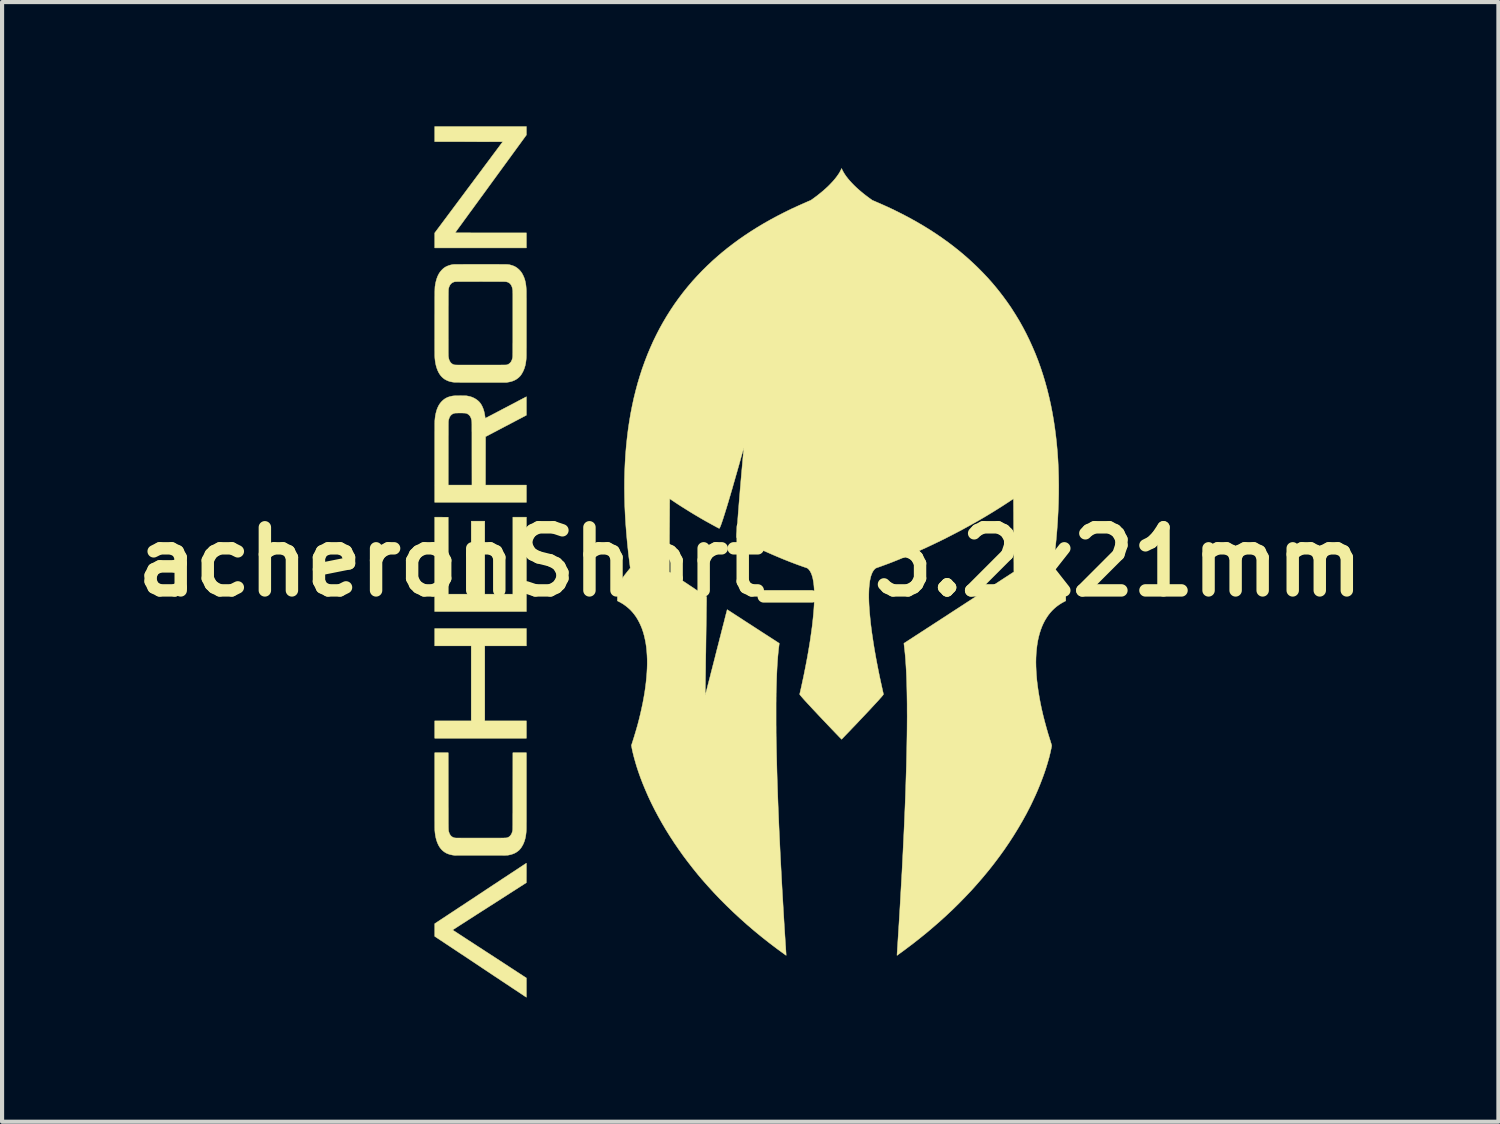
<source format=kicad_pcb>
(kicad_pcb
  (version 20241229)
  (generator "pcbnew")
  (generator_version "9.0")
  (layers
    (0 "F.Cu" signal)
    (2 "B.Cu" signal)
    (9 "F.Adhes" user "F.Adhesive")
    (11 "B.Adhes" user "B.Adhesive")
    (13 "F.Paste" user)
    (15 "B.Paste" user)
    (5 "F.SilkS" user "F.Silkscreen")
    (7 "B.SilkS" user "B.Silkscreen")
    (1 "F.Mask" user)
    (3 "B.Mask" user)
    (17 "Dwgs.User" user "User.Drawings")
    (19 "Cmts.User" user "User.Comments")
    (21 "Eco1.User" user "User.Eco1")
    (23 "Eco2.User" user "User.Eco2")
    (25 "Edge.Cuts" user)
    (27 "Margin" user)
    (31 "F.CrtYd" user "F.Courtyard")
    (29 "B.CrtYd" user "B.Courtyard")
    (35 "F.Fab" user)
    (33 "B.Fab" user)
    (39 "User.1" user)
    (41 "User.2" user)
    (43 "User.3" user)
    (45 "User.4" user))
  (footprint "acheronShort_15.2x21mm"
    (layer "F.Cu")
    (at 15.066 10.517)
    (property "Reference" "acheronShort_15.2x21mm" (at 0 0 0) (layer "F.SilkS") (effects (font (size 1.524 1.524) (thickness 0.3))))
    (attr through_hole)
    (fp_poly (pts (xy -5.405 2.029) (xy -6.41 2.029) (xy -6.41 3.84) (xy -5.405 3.84) (xy -5.405 4.259) (xy -7.619 4.259) (xy -7.619 3.84) (xy -6.738 3.84) (xy -6.738 2.029) (xy -7.619 2.029) (xy -7.619 1.61) (xy -5.405 1.61) (xy -5.405 2.029)) (stroke (width 0.01) (type solid)) (fill yes) (layer "F.SilkS"))
    (fp_poly (pts (xy -7.456 -1.079) (xy -7.293 -1.078) (xy -7.292 -0.149) (xy -7.292 0.78) (xy -6.738 0.78) (xy -6.738 -0.983) (xy -6.41 -0.983) (xy -6.41 0.78) (xy -5.732 0.78) (xy -5.732 -1.079) (xy -5.405 -1.079) (xy -5.405 1.199) (xy -7.619 1.199) (xy -7.619 -1.079) (xy -7.456 -1.079)) (stroke (width 0.01) (type solid)) (fill yes) (layer "F.SilkS"))
    (fp_poly (pts (xy -5.405 -10.41) (xy -5.405 -10.308) (xy -6.265 -9.129) (xy -6.315 -9.06) (xy -6.365 -8.991) (xy -6.414 -8.924) (xy -6.462 -8.858) (xy -6.509 -8.794) (xy -6.556 -8.73) (xy -6.6 -8.669) (xy -6.644 -8.609) (xy -6.686 -8.551) (xy -6.727 -8.495) (xy -6.767 -8.441) (xy -6.805 -8.389) (xy -6.841 -8.339) (xy -6.875 -8.292) (xy -6.908 -8.248) (xy -6.938 -8.205) (xy -6.967 -8.166) (xy -6.993 -8.13) (xy -7.018 -8.096) (xy -7.04 -8.066) (xy -7.06 -8.039) (xy -7.077 -8.015) (xy -7.092 -7.994) (xy -7.104 -7.977) (xy -7.114 -7.964) (xy -7.121 -7.955) (xy -7.125 -7.949) (xy -7.126 -7.947) (xy -7.125 -7.947) (xy -7.122 -7.947) (xy -7.118 -7.947) (xy -7.111 -7.946) (xy -7.102 -7.946) (xy -7.091 -7.946) (xy -7.077 -7.946) (xy -7.06 -7.946) (xy -7.041 -7.945) (xy -7.018 -7.945) (xy -6.993 -7.945) (xy -6.964 -7.945) (xy -6.932 -7.945) (xy -6.897 -7.945) (xy -6.858 -7.945) (xy -6.815 -7.945) (xy -6.768 -7.945) (xy -6.717 -7.944) (xy -6.662 -7.944) (xy -6.603 -7.944) (xy -6.539 -7.944) (xy -6.471 -7.944) (xy -6.398 -7.944) (xy -6.32 -7.944) (xy -6.266 -7.944) (xy -5.405 -7.944) (xy -5.405 -7.581) (xy -7.619 -7.581) (xy -7.619 -7.942) (xy -6.797 -9.044) (xy -5.976 -10.145) (xy -7.619 -10.146) (xy -7.619 -10.512) (xy -5.405 -10.512) (xy -5.405 -10.41)) (stroke (width 0.01) (type solid)) (fill yes) (layer "F.SilkS"))
    (fp_poly (pts (xy -5.406 7.279) (xy -5.406 7.286) (xy -5.405 7.298) (xy -5.405 7.313) (xy -5.405 7.333) (xy -5.405 7.355) (xy -5.405 7.381) (xy -5.405 7.409) (xy -5.405 7.439) (xy -5.405 7.471) (xy -5.405 7.505) (xy -5.405 7.512) (xy -5.406 7.747) (xy -6.296 8.317) (xy -6.358 8.357) (xy -6.418 8.395) (xy -6.478 8.433) (xy -6.535 8.47) (xy -6.592 8.506) (xy -6.646 8.541) (xy -6.699 8.575) (xy -6.75 8.608) (xy -6.799 8.639) (xy -6.845 8.669) (xy -6.889 8.697) (xy -6.931 8.724) (xy -6.97 8.749) (xy -7.007 8.773) (xy -7.04 8.794) (xy -7.07 8.814) (xy -7.097 8.831) (xy -7.121 8.847) (xy -7.142 8.86) (xy -7.158 8.871) (xy -7.171 8.879) (xy -7.18 8.885) (xy -7.185 8.888) (xy -7.186 8.889) (xy -7.184 8.89) (xy -7.178 8.895) (xy -7.167 8.901) (xy -7.153 8.911) (xy -7.136 8.922) (xy -7.114 8.936) (xy -7.089 8.952) (xy -7.061 8.971) (xy -7.03 8.991) (xy -6.996 9.013) (xy -6.959 9.037) (xy -6.919 9.063) (xy -6.877 9.091) (xy -6.832 9.12) (xy -6.785 9.151) (xy -6.735 9.183) (xy -6.684 9.216) (xy -6.631 9.251) (xy -6.576 9.287) (xy -6.519 9.323) (xy -6.461 9.361) (xy -6.402 9.4) (xy -6.341 9.439) (xy -6.295 9.469) (xy -5.405 10.049) (xy -5.405 10.282) (xy -5.405 10.315) (xy -5.405 10.348) (xy -5.405 10.378) (xy -5.405 10.407) (xy -5.405 10.433) (xy -5.405 10.456) (xy -5.405 10.475) (xy -5.405 10.491) (xy -5.405 10.503) (xy -5.405 10.511) (xy -5.405 10.514) (xy -5.405 10.514) (xy -5.407 10.513) (xy -5.414 10.509) (xy -5.424 10.502) (xy -5.438 10.493) (xy -5.456 10.481) (xy -5.477 10.467) (xy -5.502 10.45) (xy -5.53 10.431) (xy -5.562 10.41) (xy -5.596 10.387) (xy -5.634 10.362) (xy -5.675 10.335) (xy -5.718 10.307) (xy -5.764 10.276) (xy -5.812 10.244) (xy -5.863 10.21) (xy -5.916 10.175) (xy -5.971 10.139) (xy -6.028 10.101) (xy -6.087 10.061) (xy -6.148 10.021) (xy -6.21 9.98) (xy -6.274 9.937) (xy -6.339 9.894) (xy -6.405 9.85) (xy -6.473 9.805) (xy -6.512 9.778) (xy -7.619 9.043) (xy -7.619 8.89) (xy -7.619 8.737) (xy -6.513 8.007) (xy -6.445 7.962) (xy -6.378 7.917) (xy -6.312 7.874) (xy -6.247 7.831) (xy -6.184 7.789) (xy -6.122 7.749) (xy -6.062 7.709) (xy -6.004 7.67) (xy -5.948 7.633) (xy -5.893 7.598) (xy -5.841 7.563) (xy -5.791 7.53) (xy -5.744 7.499) (xy -5.699 7.47) (xy -5.657 7.442) (xy -5.618 7.416) (xy -5.582 7.392) (xy -5.548 7.37) (xy -5.518 7.35) (xy -5.491 7.332) (xy -5.468 7.317) (xy -5.448 7.304) (xy -5.432 7.293) (xy -5.419 7.285) (xy -5.411 7.28) (xy -5.407 7.277) (xy -5.406 7.276) (xy -5.406 7.279)) (stroke (width 0.01) (type solid)) (fill yes) (layer "F.SilkS"))
    (fp_poly (pts (xy -6.973 -4.012) (xy -6.946 -4.011) (xy -6.924 -4.011) (xy -6.906 -4.011) (xy -6.89 -4.011) (xy -6.877 -4.01) (xy -6.867 -4.01) (xy -6.858 -4.009) (xy -6.85 -4.009) (xy -6.843 -4.008) (xy -6.837 -4.007) (xy -6.786 -3.997) (xy -6.739 -3.984) (xy -6.695 -3.967) (xy -6.653 -3.946) (xy -6.613 -3.921) (xy -6.581 -3.897) (xy -6.553 -3.872) (xy -6.528 -3.844) (xy -6.504 -3.811) (xy -6.482 -3.774) (xy -6.474 -3.758) (xy -6.455 -3.715) (xy -6.438 -3.67) (xy -6.425 -3.622) (xy -6.414 -3.57) (xy -6.405 -3.515) (xy -6.403 -3.504) (xy -6.402 -3.489) (xy -6.4 -3.479) (xy -6.399 -3.473) (xy -6.397 -3.469) (xy -6.396 -3.468) (xy -6.395 -3.468) (xy -6.394 -3.469) (xy -6.39 -3.471) (xy -6.384 -3.474) (xy -6.376 -3.478) (xy -6.365 -3.484) (xy -6.352 -3.49) (xy -6.336 -3.499) (xy -6.317 -3.509) (xy -6.296 -3.52) (xy -6.271 -3.533) (xy -6.243 -3.547) (xy -6.212 -3.564) (xy -6.178 -3.581) (xy -6.14 -3.601) (xy -6.099 -3.623) (xy -6.054 -3.646) (xy -6.006 -3.672) (xy -5.953 -3.7) (xy -5.897 -3.729) (xy -5.836 -3.761) (xy -5.771 -3.795) (xy -5.702 -3.831) (xy -5.643 -3.862) (xy -5.612 -3.879) (xy -5.582 -3.895) (xy -5.553 -3.91) (xy -5.526 -3.924) (xy -5.501 -3.937) (xy -5.479 -3.949) (xy -5.459 -3.959) (xy -5.442 -3.968) (xy -5.429 -3.975) (xy -5.42 -3.98) (xy -5.414 -3.983) (xy -5.413 -3.983) (xy -5.405 -3.988) (xy -5.405 -3.541) (xy -5.574 -3.452) (xy -5.598 -3.44) (xy -5.625 -3.425) (xy -5.656 -3.409) (xy -5.691 -3.391) (xy -5.727 -3.371) (xy -5.767 -3.351) (xy -5.807 -3.329) (xy -5.849 -3.307) (xy -5.892 -3.285) (xy -5.936 -3.262) (xy -5.979 -3.239) (xy -6.021 -3.217) (xy -6.063 -3.195) (xy -6.067 -3.193) (xy -6.391 -3.023) (xy -6.392 -2.438) (xy -6.393 -1.854) (xy -5.405 -1.854) (xy -5.405 -1.437) (xy -7.619 -1.437) (xy -7.619 -1.854) (xy -7.292 -1.854) (xy -6.72 -1.854) (xy -6.721 -2.62) (xy -6.721 -2.694) (xy -6.721 -2.764) (xy -6.721 -2.828) (xy -6.721 -2.888) (xy -6.721 -2.943) (xy -6.721 -2.995) (xy -6.721 -3.042) (xy -6.721 -3.085) (xy -6.721 -3.125) (xy -6.722 -3.161) (xy -6.722 -3.194) (xy -6.722 -3.224) (xy -6.722 -3.25) (xy -6.722 -3.274) (xy -6.722 -3.295) (xy -6.722 -3.314) (xy -6.722 -3.33) (xy -6.723 -3.345) (xy -6.723 -3.357) (xy -6.723 -3.368) (xy -6.723 -3.377) (xy -6.724 -3.384) (xy -6.724 -3.391) (xy -6.724 -3.396) (xy -6.725 -3.4) (xy -6.725 -3.404) (xy -6.725 -3.407) (xy -6.726 -3.409) (xy -6.726 -3.411) (xy -6.73 -3.429) (xy -6.735 -3.448) (xy -6.741 -3.466) (xy -6.748 -3.484) (xy -6.754 -3.498) (xy -6.756 -3.502) (xy -6.771 -3.525) (xy -6.789 -3.545) (xy -6.809 -3.562) (xy -6.831 -3.575) (xy -6.843 -3.581) (xy -6.851 -3.584) (xy -6.859 -3.586) (xy -6.867 -3.588) (xy -6.876 -3.59) (xy -6.886 -3.591) (xy -6.898 -3.592) (xy -6.912 -3.593) (xy -6.929 -3.593) (xy -6.95 -3.594) (xy -6.974 -3.594) (xy -7.003 -3.594) (xy -7.006 -3.594) (xy -7.034 -3.594) (xy -7.057 -3.594) (xy -7.077 -3.593) (xy -7.093 -3.593) (xy -7.105 -3.593) (xy -7.116 -3.592) (xy -7.124 -3.592) (xy -7.131 -3.591) (xy -7.136 -3.59) (xy -7.166 -3.581) (xy -7.192 -3.569) (xy -7.215 -3.552) (xy -7.235 -3.532) (xy -7.253 -3.507) (xy -7.256 -3.502) (xy -7.261 -3.49) (xy -7.268 -3.474) (xy -7.274 -3.456) (xy -7.28 -3.437) (xy -7.284 -3.418) (xy -7.286 -3.411) (xy -7.286 -3.408) (xy -7.287 -3.406) (xy -7.287 -3.402) (xy -7.287 -3.399) (xy -7.288 -3.394) (xy -7.288 -3.388) (xy -7.288 -3.381) (xy -7.289 -3.373) (xy -7.289 -3.364) (xy -7.289 -3.353) (xy -7.289 -3.339) (xy -7.289 -3.324) (xy -7.29 -3.307) (xy -7.29 -3.287) (xy -7.29 -3.265) (xy -7.29 -3.24) (xy -7.29 -3.212) (xy -7.29 -3.181) (xy -7.29 -3.147) (xy -7.29 -3.11) (xy -7.29 -3.069) (xy -7.291 -3.024) (xy -7.291 -2.975) (xy -7.291 -2.922) (xy -7.291 -2.865) (xy -7.291 -2.803) (xy -7.291 -2.737) (xy -7.291 -2.666) (xy -7.291 -2.62) (xy -7.292 -1.854) (xy -7.619 -1.854) (xy -7.619 -2.399) (xy -7.619 -2.489) (xy -7.619 -2.575) (xy -7.619 -2.657) (xy -7.619 -2.736) (xy -7.619 -2.81) (xy -7.619 -2.881) (xy -7.619 -2.947) (xy -7.619 -3.009) (xy -7.619 -3.067) (xy -7.619 -3.121) (xy -7.618 -3.17) (xy -7.618 -3.215) (xy -7.618 -3.255) (xy -7.618 -3.291) (xy -7.618 -3.322) (xy -7.618 -3.348) (xy -7.617 -3.369) (xy -7.617 -3.386) (xy -7.617 -3.398) (xy -7.617 -3.404) (xy -7.617 -3.405) (xy -7.611 -3.47) (xy -7.603 -3.531) (xy -7.591 -3.589) (xy -7.577 -3.642) (xy -7.563 -3.686) (xy -7.547 -3.725) (xy -7.53 -3.762) (xy -7.511 -3.795) (xy -7.489 -3.827) (xy -7.464 -3.858) (xy -7.445 -3.878) (xy -7.413 -3.908) (xy -7.379 -3.934) (xy -7.342 -3.956) (xy -7.302 -3.975) (xy -7.259 -3.989) (xy -7.221 -3.999) (xy -7.208 -4.001) (xy -7.196 -4.004) (xy -7.184 -4.005) (xy -7.173 -4.007) (xy -7.161 -4.008) (xy -7.148 -4.009) (xy -7.134 -4.01) (xy -7.117 -4.011) (xy -7.098 -4.011) (xy -7.076 -4.011) (xy -7.05 -4.011) (xy -7.019 -4.012) (xy -7.003 -4.012) (xy -6.973 -4.012)) (stroke (width 0.01) (type solid)) (fill yes) (layer "F.SilkS"))
    (fp_poly (pts (xy -7.291 5.537) (xy -7.291 5.619) (xy -7.291 5.696) (xy -7.291 5.769) (xy -7.291 5.837) (xy -7.291 5.9) (xy -7.29 5.959) (xy -7.29 6.014) (xy -7.29 6.065) (xy -7.29 6.112) (xy -7.29 6.155) (xy -7.29 6.195) (xy -7.29 6.232) (xy -7.29 6.266) (xy -7.29 6.296) (xy -7.29 6.324) (xy -7.289 6.349) (xy -7.289 6.371) (xy -7.289 6.391) (xy -7.289 6.409) (xy -7.288 6.424) (xy -7.288 6.438) (xy -7.287 6.45) (xy -7.287 6.461) (xy -7.286 6.47) (xy -7.286 6.477) (xy -7.285 6.484) (xy -7.285 6.49) (xy -7.284 6.495) (xy -7.283 6.499) (xy -7.282 6.503) (xy -7.282 6.506) (xy -7.281 6.509) (xy -7.28 6.513) (xy -7.279 6.516) (xy -7.278 6.52) (xy -7.276 6.524) (xy -7.266 6.555) (xy -7.252 6.583) (xy -7.235 6.608) (xy -7.215 6.628) (xy -7.192 6.644) (xy -7.167 6.656) (xy -7.162 6.658) (xy -7.15 6.661) (xy -7.137 6.665) (xy -7.127 6.667) (xy -7.122 6.667) (xy -7.112 6.667) (xy -7.097 6.668) (xy -7.077 6.668) (xy -7.053 6.668) (xy -7.023 6.668) (xy -6.988 6.669) (xy -6.948 6.669) (xy -6.903 6.669) (xy -6.853 6.669) (xy -6.798 6.669) (xy -6.738 6.669) (xy -6.674 6.669) (xy -6.604 6.669) (xy -6.529 6.669) (xy -6.511 6.669) (xy -6.444 6.669) (xy -6.383 6.669) (xy -6.327 6.669) (xy -6.274 6.669) (xy -6.227 6.669) (xy -6.183 6.669) (xy -6.143 6.669) (xy -6.107 6.669) (xy -6.074 6.669) (xy -6.045 6.669) (xy -6.019 6.669) (xy -5.995 6.668) (xy -5.975 6.668) (xy -5.957 6.668) (xy -5.941 6.667) (xy -5.927 6.667) (xy -5.916 6.667) (xy -5.906 6.666) (xy -5.897 6.665) (xy -5.89 6.665) (xy -5.884 6.664) (xy -5.879 6.663) (xy -5.875 6.662) (xy -5.871 6.661) (xy -5.867 6.66) (xy -5.864 6.659) (xy -5.861 6.658) (xy -5.857 6.656) (xy -5.856 6.656) (xy -5.831 6.644) (xy -5.808 6.627) (xy -5.789 6.606) (xy -5.772 6.582) (xy -5.765 6.57) (xy -5.758 6.553) (xy -5.752 6.537) (xy -5.746 6.519) (xy -5.741 6.499) (xy -5.738 6.484) (xy -5.738 6.482) (xy -5.737 6.479) (xy -5.737 6.476) (xy -5.737 6.472) (xy -5.736 6.468) (xy -5.736 6.462) (xy -5.736 6.455) (xy -5.736 6.447) (xy -5.735 6.437) (xy -5.735 6.425) (xy -5.735 6.412) (xy -5.735 6.397) (xy -5.735 6.379) (xy -5.734 6.36) (xy -5.734 6.337) (xy -5.734 6.313) (xy -5.734 6.285) (xy -5.734 6.255) (xy -5.734 6.221) (xy -5.734 6.185) (xy -5.734 6.144) (xy -5.734 6.101) (xy -5.733 6.053) (xy -5.733 6.002) (xy -5.733 5.947) (xy -5.733 5.888) (xy -5.733 5.824) (xy -5.733 5.756) (xy -5.733 5.683) (xy -5.733 5.605) (xy -5.733 5.536) (xy -5.732 4.61) (xy -5.405 4.61) (xy -5.405 5.52) (xy -5.405 5.609) (xy -5.405 5.694) (xy -5.405 5.775) (xy -5.405 5.852) (xy -5.405 5.925) (xy -5.405 5.994) (xy -5.405 6.058) (xy -5.405 6.118) (xy -5.405 6.174) (xy -5.405 6.225) (xy -5.405 6.272) (xy -5.406 6.314) (xy -5.406 6.352) (xy -5.406 6.385) (xy -5.406 6.413) (xy -5.406 6.436) (xy -5.407 6.455) (xy -5.407 6.468) (xy -5.407 6.476) (xy -5.407 6.478) (xy -5.411 6.533) (xy -5.417 6.585) (xy -5.424 6.633) (xy -5.434 6.678) (xy -5.445 6.72) (xy -5.459 6.761) (xy -5.475 6.801) (xy -5.487 6.826) (xy -5.509 6.866) (xy -5.531 6.901) (xy -5.555 6.932) (xy -5.58 6.96) (xy -5.595 6.973) (xy -5.63 7) (xy -5.667 7.024) (xy -5.707 7.043) (xy -5.75 7.059) (xy -5.796 7.072) (xy -5.845 7.082) (xy -5.849 7.083) (xy -5.852 7.083) (xy -5.856 7.083) (xy -5.861 7.084) (xy -5.866 7.084) (xy -5.872 7.085) (xy -5.879 7.085) (xy -5.888 7.085) (xy -5.898 7.085) (xy -5.91 7.086) (xy -5.924 7.086) (xy -5.94 7.086) (xy -5.958 7.086) (xy -5.979 7.086) (xy -6.003 7.087) (xy -6.029 7.087) (xy -6.059 7.087) (xy -6.092 7.087) (xy -6.128 7.087) (xy -6.169 7.087) (xy -6.213 7.087) (xy -6.261 7.087) (xy -6.314 7.087) (xy -6.371 7.087) (xy -6.432 7.087) (xy -6.498 7.087) (xy -6.554 7.087) (xy -6.609 7.087) (xy -6.662 7.087) (xy -6.714 7.087) (xy -6.764 7.087) (xy -6.812 7.087) (xy -6.858 7.087) (xy -6.901 7.087) (xy -6.941 7.087) (xy -6.979 7.087) (xy -7.013 7.087) (xy -7.043 7.087) (xy -7.07 7.087) (xy -7.093 7.086) (xy -7.112 7.086) (xy -7.127 7.086) (xy -7.137 7.086) (xy -7.142 7.086) (xy -7.142 7.086) (xy -7.195 7.079) (xy -7.244 7.068) (xy -7.29 7.054) (xy -7.334 7.036) (xy -7.374 7.013) (xy -7.41 6.987) (xy -7.444 6.957) (xy -7.475 6.922) (xy -7.503 6.884) (xy -7.528 6.841) (xy -7.535 6.826) (xy -7.557 6.776) (xy -7.575 6.724) (xy -7.59 6.668) (xy -7.602 6.609) (xy -7.611 6.546) (xy -7.617 6.48) (xy -7.617 6.473) (xy -7.617 6.461) (xy -7.617 6.443) (xy -7.618 6.421) (xy -7.618 6.394) (xy -7.618 6.363) (xy -7.618 6.326) (xy -7.618 6.284) (xy -7.619 6.238) (xy -7.619 6.187) (xy -7.619 6.131) (xy -7.619 6.071) (xy -7.619 6.006) (xy -7.619 5.936) (xy -7.619 5.862) (xy -7.619 5.783) (xy -7.619 5.7) (xy -7.619 5.613) (xy -7.619 5.523) (xy -7.619 4.61) (xy -7.292 4.61) (xy -7.291 5.537)) (stroke (width 0.01) (type solid)) (fill yes) (layer "F.SilkS"))
    (fp_poly (pts (xy -6.216 -7.184) (xy -6.17 -7.184) (xy -6.128 -7.184) (xy -6.089 -7.184) (xy -6.054 -7.183) (xy -6.023 -7.183) (xy -5.994 -7.183) (xy -5.969 -7.183) (xy -5.946 -7.183) (xy -5.925 -7.182) (xy -5.907 -7.182) (xy -5.891 -7.182) (xy -5.877 -7.181) (xy -5.865 -7.181) (xy -5.854 -7.18) (xy -5.845 -7.179) (xy -5.837 -7.178) (xy -5.829 -7.178) (xy -5.823 -7.177) (xy -5.817 -7.175) (xy -5.811 -7.174) (xy -5.806 -7.173) (xy -5.801 -7.172) (xy -5.795 -7.17) (xy -5.789 -7.168) (xy -5.782 -7.167) (xy -5.779 -7.166) (xy -5.736 -7.153) (xy -5.696 -7.137) (xy -5.66 -7.117) (xy -5.626 -7.094) (xy -5.594 -7.067) (xy -5.589 -7.063) (xy -5.564 -7.037) (xy -5.542 -7.012) (xy -5.523 -6.986) (xy -5.505 -6.957) (xy -5.488 -6.924) (xy -5.471 -6.888) (xy -5.456 -6.851) (xy -5.443 -6.812) (xy -5.433 -6.772) (xy -5.424 -6.73) (xy -5.417 -6.684) (xy -5.412 -6.635) (xy -5.408 -6.581) (xy -5.407 -6.575) (xy -5.407 -6.568) (xy -5.407 -6.557) (xy -5.406 -6.54) (xy -5.406 -6.52) (xy -5.406 -6.495) (xy -5.406 -6.466) (xy -5.406 -6.434) (xy -5.406 -6.398) (xy -5.405 -6.359) (xy -5.405 -6.318) (xy -5.405 -6.273) (xy -5.405 -6.227) (xy -5.405 -6.178) (xy -5.405 -6.127) (xy -5.405 -6.075) (xy -5.405 -6.021) (xy -5.405 -5.967) (xy -5.405 -5.911) (xy -5.405 -5.854) (xy -5.405 -5.798) (xy -5.405 -5.741) (xy -5.405 -5.684) (xy -5.405 -5.627) (xy -5.405 -5.571) (xy -5.405 -5.516) (xy -5.405 -5.462) (xy -5.405 -5.409) (xy -5.405 -5.358) (xy -5.405 -5.308) (xy -5.405 -5.261) (xy -5.405 -5.216) (xy -5.405 -5.173) (xy -5.406 -5.133) (xy -5.406 -5.096) (xy -5.406 -5.063) (xy -5.406 -5.033) (xy -5.406 -5.007) (xy -5.406 -4.984) (xy -5.407 -4.966) (xy -5.407 -4.953) (xy -5.407 -4.944) (xy -5.407 -4.942) (xy -5.411 -4.887) (xy -5.417 -4.836) (xy -5.424 -4.789) (xy -5.433 -4.745) (xy -5.445 -4.703) (xy -5.458 -4.663) (xy -5.474 -4.624) (xy -5.487 -4.596) (xy -5.509 -4.555) (xy -5.532 -4.518) (xy -5.557 -4.486) (xy -5.584 -4.459) (xy -5.595 -4.448) (xy -5.628 -4.423) (xy -5.662 -4.4) (xy -5.698 -4.382) (xy -5.737 -4.366) (xy -5.779 -4.353) (xy -5.824 -4.343) (xy -5.843 -4.34) (xy -5.876 -4.334) (xy -6.498 -4.334) (xy -6.554 -4.334) (xy -6.609 -4.334) (xy -6.663 -4.334) (xy -6.715 -4.334) (xy -6.765 -4.334) (xy -6.813 -4.334) (xy -6.859 -4.334) (xy -6.902 -4.334) (xy -6.942 -4.334) (xy -6.98 -4.334) (xy -7.014 -4.334) (xy -7.045 -4.335) (xy -7.072 -4.335) (xy -7.095 -4.335) (xy -7.114 -4.335) (xy -7.129 -4.335) (xy -7.139 -4.335) (xy -7.144 -4.336) (xy -7.144 -4.336) (xy -7.192 -4.342) (xy -7.238 -4.351) (xy -7.282 -4.364) (xy -7.323 -4.381) (xy -7.361 -4.4) (xy -7.378 -4.41) (xy -7.413 -4.436) (xy -7.446 -4.466) (xy -7.477 -4.501) (xy -7.504 -4.539) (xy -7.529 -4.582) (xy -7.55 -4.628) (xy -7.569 -4.679) (xy -7.585 -4.732) (xy -7.598 -4.79) (xy -7.608 -4.851) (xy -7.615 -4.915) (xy -7.617 -4.947) (xy -7.617 -4.955) (xy -7.617 -4.965) (xy -7.618 -4.979) (xy -7.618 -4.997) (xy -7.618 -5.018) (xy -7.618 -5.043) (xy -7.618 -5.071) (xy -7.619 -5.104) (xy -7.619 -5.14) (xy -7.619 -5.18) (xy -7.619 -5.225) (xy -7.619 -5.274) (xy -7.619 -5.327) (xy -7.619 -5.385) (xy -7.619 -5.418) (xy -7.291 -5.418) (xy -7.291 -5.36) (xy -7.291 -5.306) (xy -7.291 -5.257) (xy -7.291 -5.212) (xy -7.291 -5.171) (xy -7.291 -5.135) (xy -7.291 -5.102) (xy -7.291 -5.073) (xy -7.291 -5.047) (xy -7.29 -5.025) (xy -7.29 -5.007) (xy -7.29 -4.992) (xy -7.29 -4.981) (xy -7.289 -4.972) (xy -7.289 -4.967) (xy -7.289 -4.966) (xy -7.283 -4.927) (xy -7.275 -4.891) (xy -7.263 -4.86) (xy -7.248 -4.832) (xy -7.231 -4.809) (xy -7.21 -4.789) (xy -7.187 -4.774) (xy -7.167 -4.765) (xy -7.163 -4.763) (xy -7.16 -4.762) (xy -7.157 -4.761) (xy -7.154 -4.76) (xy -7.15 -4.759) (xy -7.146 -4.758) (xy -7.142 -4.757) (xy -7.136 -4.757) (xy -7.129 -4.756) (xy -7.121 -4.755) (xy -7.112 -4.755) (xy -7.101 -4.754) (xy -7.087 -4.754) (xy -7.072 -4.754) (xy -7.055 -4.753) (xy -7.035 -4.753) (xy -7.013 -4.753) (xy -6.987 -4.753) (xy -6.959 -4.753) (xy -6.927 -4.753) (xy -6.892 -4.753) (xy -6.853 -4.753) (xy -6.811 -4.753) (xy -6.764 -4.753) (xy -6.714 -4.753) (xy -6.658 -4.753) (xy -6.599 -4.753) (xy -6.534 -4.753) (xy -6.506 -4.753) (xy -6.44 -4.753) (xy -6.379 -4.753) (xy -6.322 -4.753) (xy -6.271 -4.753) (xy -6.223 -4.753) (xy -6.18 -4.753) (xy -6.14 -4.753) (xy -6.104 -4.753) (xy -6.072 -4.753) (xy -6.043 -4.753) (xy -6.017 -4.754) (xy -5.995 -4.754) (xy -5.975 -4.754) (xy -5.957 -4.754) (xy -5.942 -4.754) (xy -5.929 -4.754) (xy -5.918 -4.755) (xy -5.909 -4.755) (xy -5.901 -4.755) (xy -5.895 -4.755) (xy -5.89 -4.756) (xy -5.886 -4.756) (xy -5.883 -4.757) (xy -5.88 -4.757) (xy -5.878 -4.757) (xy -5.877 -4.758) (xy -5.853 -4.766) (xy -5.833 -4.776) (xy -5.815 -4.79) (xy -5.8 -4.803) (xy -5.79 -4.813) (xy -5.783 -4.822) (xy -5.776 -4.831) (xy -5.771 -4.841) (xy -5.766 -4.851) (xy -5.758 -4.868) (xy -5.752 -4.884) (xy -5.746 -4.902) (xy -5.741 -4.922) (xy -5.738 -4.937) (xy -5.738 -4.94) (xy -5.737 -4.942) (xy -5.737 -4.946) (xy -5.737 -4.95) (xy -5.736 -4.955) (xy -5.736 -4.961) (xy -5.736 -4.968) (xy -5.735 -4.977) (xy -5.735 -4.988) (xy -5.735 -5) (xy -5.735 -5.014) (xy -5.735 -5.031) (xy -5.734 -5.05) (xy -5.734 -5.071) (xy -5.734 -5.095) (xy -5.734 -5.121) (xy -5.734 -5.151) (xy -5.734 -5.184) (xy -5.734 -5.22) (xy -5.734 -5.26) (xy -5.733 -5.303) (xy -5.733 -5.35) (xy -5.733 -5.402) (xy -5.733 -5.457) (xy -5.733 -5.517) (xy -5.733 -5.581) (xy -5.733 -5.65) (xy -5.733 -5.724) (xy -5.733 -5.74) (xy -5.733 -5.822) (xy -5.733 -5.899) (xy -5.733 -5.971) (xy -5.733 -6.039) (xy -5.733 -6.102) (xy -5.733 -6.16) (xy -5.733 -6.214) (xy -5.733 -6.263) (xy -5.733 -6.308) (xy -5.733 -6.349) (xy -5.733 -6.386) (xy -5.733 -6.419) (xy -5.733 -6.448) (xy -5.733 -6.473) (xy -5.734 -6.494) (xy -5.734 -6.512) (xy -5.734 -6.526) (xy -5.734 -6.537) (xy -5.734 -6.545) (xy -5.735 -6.549) (xy -5.74 -6.589) (xy -5.749 -6.626) (xy -5.76 -6.657) (xy -5.775 -6.685) (xy -5.792 -6.709) (xy -5.812 -6.729) (xy -5.835 -6.744) (xy -5.862 -6.756) (xy -5.891 -6.763) (xy -5.907 -6.766) (xy -5.912 -6.766) (xy -5.922 -6.766) (xy -5.936 -6.767) (xy -5.955 -6.767) (xy -5.977 -6.767) (xy -6.003 -6.767) (xy -6.033 -6.767) (xy -6.066 -6.768) (xy -6.101 -6.768) (xy -6.14 -6.768) (xy -6.18 -6.768) (xy -6.223 -6.768) (xy -6.267 -6.768) (xy -6.312 -6.768) (xy -6.359 -6.768) (xy -6.407 -6.768) (xy -6.455 -6.768) (xy -6.504 -6.769) (xy -6.552 -6.768) (xy -6.601 -6.768) (xy -6.649 -6.768) (xy -6.696 -6.768) (xy -6.742 -6.768) (xy -6.787 -6.768) (xy -6.83 -6.768) (xy -6.871 -6.768) (xy -6.91 -6.768) (xy -6.947 -6.768) (xy -6.98 -6.768) (xy -7.011 -6.767) (xy -7.039 -6.767) (xy -7.063 -6.767) (xy -7.083 -6.767) (xy -7.099 -6.766) (xy -7.111 -6.766) (xy -7.117 -6.766) (xy -7.119 -6.766) (xy -7.15 -6.76) (xy -7.178 -6.749) (xy -7.203 -6.735) (xy -7.225 -6.716) (xy -7.244 -6.694) (xy -7.259 -6.668) (xy -7.272 -6.638) (xy -7.277 -6.622) (xy -7.278 -6.618) (xy -7.279 -6.614) (xy -7.28 -6.61) (xy -7.281 -6.606) (xy -7.282 -6.603) (xy -7.283 -6.599) (xy -7.284 -6.594) (xy -7.285 -6.589) (xy -7.285 -6.583) (xy -7.286 -6.577) (xy -7.287 -6.569) (xy -7.287 -6.56) (xy -7.288 -6.549) (xy -7.288 -6.537) (xy -7.288 -6.523) (xy -7.289 -6.507) (xy -7.289 -6.489) (xy -7.289 -6.468) (xy -7.289 -6.445) (xy -7.29 -6.42) (xy -7.29 -6.391) (xy -7.29 -6.36) (xy -7.29 -6.325) (xy -7.29 -6.287) (xy -7.29 -6.245) (xy -7.29 -6.2) (xy -7.291 -6.151) (xy -7.291 -6.097) (xy -7.291 -6.04) (xy -7.291 -5.978) (xy -7.291 -5.911) (xy -7.291 -5.84) (xy -7.291 -5.778) (xy -7.291 -5.696) (xy -7.291 -5.619) (xy -7.291 -5.547) (xy -7.291 -5.48) (xy -7.291 -5.418) (xy -7.619 -5.418) (xy -7.619 -5.447) (xy -7.619 -5.514) (xy -7.619 -5.585) (xy -7.619 -5.662) (xy -7.619 -5.743) (xy -7.619 -5.794) (xy -7.619 -5.871) (xy -7.619 -5.942) (xy -7.618 -6.009) (xy -7.618 -6.071) (xy -7.618 -6.129) (xy -7.618 -6.183) (xy -7.618 -6.233) (xy -7.618 -6.278) (xy -7.618 -6.321) (xy -7.618 -6.359) (xy -7.618 -6.395) (xy -7.617 -6.427) (xy -7.617 -6.456) (xy -7.617 -6.483) (xy -7.617 -6.507) (xy -7.617 -6.529) (xy -7.616 -6.548) (xy -7.616 -6.565) (xy -7.615 -6.581) (xy -7.615 -6.595) (xy -7.614 -6.607) (xy -7.614 -6.618) (xy -7.613 -6.628) (xy -7.613 -6.637) (xy -7.612 -6.645) (xy -7.611 -6.652) (xy -7.61 -6.659) (xy -7.609 -6.666) (xy -7.608 -6.672) (xy -7.607 -6.679) (xy -7.606 -6.686) (xy -7.605 -6.693) (xy -7.604 -6.701) (xy -7.594 -6.75) (xy -7.582 -6.797) (xy -7.568 -6.843) (xy -7.552 -6.887) (xy -7.533 -6.927) (xy -7.513 -6.964) (xy -7.491 -6.997) (xy -7.488 -7.001) (xy -7.459 -7.036) (xy -7.429 -7.067) (xy -7.398 -7.094) (xy -7.364 -7.117) (xy -7.328 -7.136) (xy -7.289 -7.152) (xy -7.246 -7.166) (xy -7.2 -7.176) (xy -7.184 -7.179) (xy -7.181 -7.179) (xy -7.177 -7.18) (xy -7.174 -7.18) (xy -7.169 -7.181) (xy -7.164 -7.181) (xy -7.158 -7.181) (xy -7.15 -7.182) (xy -7.142 -7.182) (xy -7.131 -7.182) (xy -7.119 -7.182) (xy -7.105 -7.183) (xy -7.089 -7.183) (xy -7.071 -7.183) (xy -7.05 -7.183) (xy -7.026 -7.183) (xy -6.999 -7.183) (xy -6.969 -7.183) (xy -6.936 -7.183) (xy -6.9 -7.184) (xy -6.859 -7.184) (xy -6.815 -7.184) (xy -6.767 -7.184) (xy -6.714 -7.184) (xy -6.658 -7.184) (xy -6.596 -7.184) (xy -6.529 -7.184) (xy -6.512 -7.184) (xy -6.443 -7.184) (xy -6.38 -7.184) (xy -6.321 -7.184) (xy -6.266 -7.184) (xy -6.216 -7.184)) (stroke (width 0.01) (type solid)) (fill yes) (layer "F.SilkS"))
    (fp_poly (pts (xy 2.223 -9.462) (xy 2.249 -9.413) (xy 2.28 -9.362) (xy 2.315 -9.311) (xy 2.355 -9.259) (xy 2.4 -9.206) (xy 2.449 -9.152) (xy 2.502 -9.097) (xy 2.559 -9.042) (xy 2.62 -8.987) (xy 2.684 -8.932) (xy 2.753 -8.876) (xy 2.825 -8.821) (xy 2.831 -8.817) (xy 2.849 -8.803) (xy 2.867 -8.79) (xy 2.884 -8.777) (xy 2.901 -8.765) (xy 2.917 -8.754) (xy 2.93 -8.744) (xy 2.942 -8.736) (xy 2.95 -8.731) (xy 2.956 -8.727) (xy 2.957 -8.727) (xy 2.96 -8.726) (xy 2.968 -8.723) (xy 2.979 -8.718) (xy 2.994 -8.712) (xy 3.011 -8.705) (xy 3.031 -8.696) (xy 3.053 -8.686) (xy 3.077 -8.676) (xy 3.102 -8.665) (xy 3.128 -8.654) (xy 3.155 -8.642) (xy 3.181 -8.63) (xy 3.207 -8.619) (xy 3.232 -8.608) (xy 3.256 -8.597) (xy 3.278 -8.587) (xy 3.297 -8.579) (xy 3.479 -8.493) (xy 3.657 -8.404) (xy 3.831 -8.313) (xy 4.001 -8.219) (xy 4.166 -8.123) (xy 4.327 -8.024) (xy 4.484 -7.922) (xy 4.636 -7.818) (xy 4.785 -7.711) (xy 4.929 -7.601) (xy 5.07 -7.488) (xy 5.206 -7.373) (xy 5.338 -7.254) (xy 5.467 -7.133) (xy 5.591 -7.009) (xy 5.712 -6.882) (xy 5.737 -6.855) (xy 5.835 -6.745) (xy 5.931 -6.631) (xy 6.025 -6.514) (xy 6.117 -6.394) (xy 6.205 -6.273) (xy 6.29 -6.151) (xy 6.317 -6.109) (xy 6.41 -5.963) (xy 6.5 -5.814) (xy 6.585 -5.662) (xy 6.666 -5.507) (xy 6.743 -5.349) (xy 6.816 -5.188) (xy 6.886 -5.024) (xy 6.951 -4.858) (xy 7.012 -4.688) (xy 7.069 -4.515) (xy 7.122 -4.339) (xy 7.171 -4.161) (xy 7.216 -3.979) (xy 7.257 -3.794) (xy 7.294 -3.606) (xy 7.327 -3.415) (xy 7.356 -3.22) (xy 7.381 -3.023) (xy 7.398 -2.869) (xy 7.416 -2.671) (xy 7.43 -2.47) (xy 7.44 -2.266) (xy 7.446 -2.059) (xy 7.449 -1.848) (xy 7.448 -1.634) (xy 7.443 -1.417) (xy 7.434 -1.197) (xy 7.422 -0.974) (xy 7.406 -0.748) (xy 7.386 -0.519) (xy 7.362 -0.287) (xy 7.347 -0.159) (xy 7.345 -0.137) (xy 7.342 -0.113) (xy 7.339 -0.088) (xy 7.335 -0.06) (xy 7.332 -0.033) (xy 7.328 -0.005) (xy 7.325 0.022) (xy 7.322 0.047) (xy 7.319 0.07) (xy 7.316 0.091) (xy 7.314 0.107) (xy 7.312 0.12) (xy 7.312 0.122) (xy 7.31 0.132) (xy 7.31 0.14) (xy 7.31 0.147) (xy 7.313 0.153) (xy 7.317 0.16) (xy 7.323 0.169) (xy 7.333 0.18) (xy 7.334 0.182) (xy 7.366 0.22) (xy 7.394 0.255) (xy 7.419 0.287) (xy 7.441 0.316) (xy 7.461 0.343) (xy 7.479 0.368) (xy 7.495 0.392) (xy 7.509 0.414) (xy 7.522 0.436) (xy 7.533 0.457) (xy 7.542 0.474) (xy 7.558 0.509) (xy 7.572 0.545) (xy 7.584 0.58) (xy 7.594 0.617) (xy 7.601 0.657) (xy 7.608 0.7) (xy 7.61 0.72) (xy 7.613 0.747) (xy 7.615 0.777) (xy 7.617 0.81) (xy 7.618 0.843) (xy 7.619 0.875) (xy 7.619 0.897) (xy 7.619 0.942) (xy 7.583 0.96) (xy 7.518 0.996) (xy 7.457 1.035) (xy 7.398 1.078) (xy 7.343 1.125) (xy 7.29 1.176) (xy 7.241 1.231) (xy 7.195 1.29) (xy 7.153 1.353) (xy 7.113 1.419) (xy 7.077 1.489) (xy 7.044 1.563) (xy 7.015 1.64) (xy 6.989 1.721) (xy 6.966 1.806) (xy 6.946 1.894) (xy 6.94 1.929) (xy 6.925 2.021) (xy 6.914 2.117) (xy 6.905 2.215) (xy 6.9 2.316) (xy 6.898 2.421) (xy 6.9 2.529) (xy 6.905 2.64) (xy 6.911 2.734) (xy 6.922 2.863) (xy 6.938 2.994) (xy 6.957 3.129) (xy 6.98 3.267) (xy 7.006 3.408) (xy 7.036 3.552) (xy 7.07 3.699) (xy 7.108 3.848) (xy 7.149 3.999) (xy 7.193 4.153) (xy 7.242 4.309) (xy 7.253 4.344) (xy 7.26 4.368) (xy 7.267 4.389) (xy 7.272 4.407) (xy 7.276 4.421) (xy 7.278 4.431) (xy 7.279 4.436) (xy 7.279 4.437) (xy 7.278 4.448) (xy 7.276 4.464) (xy 7.272 4.483) (xy 7.268 4.506) (xy 7.262 4.531) (xy 7.256 4.559) (xy 7.25 4.588) (xy 7.243 4.619) (xy 7.235 4.65) (xy 7.228 4.682) (xy 7.22 4.713) (xy 7.212 4.742) (xy 7.206 4.763) (xy 7.172 4.881) (xy 7.134 5.003) (xy 7.092 5.126) (xy 7.046 5.251) (xy 6.997 5.377) (xy 6.945 5.504) (xy 6.889 5.632) (xy 6.83 5.759) (xy 6.769 5.887) (xy 6.704 6.013) (xy 6.666 6.087) (xy 6.569 6.262) (xy 6.467 6.436) (xy 6.361 6.609) (xy 6.25 6.78) (xy 6.134 6.95) (xy 6.013 7.118) (xy 5.888 7.284) (xy 5.758 7.449) (xy 5.623 7.612) (xy 5.484 7.773) (xy 5.341 7.933) (xy 5.192 8.09) (xy 5.04 8.246) (xy 4.883 8.4) (xy 4.721 8.552) (xy 4.555 8.702) (xy 4.385 8.849) (xy 4.276 8.941) (xy 4.212 8.994) (xy 4.146 9.047) (xy 4.078 9.102) (xy 4.009 9.156) (xy 3.939 9.211) (xy 3.869 9.264) (xy 3.8 9.316) (xy 3.734 9.366) (xy 3.669 9.414) (xy 3.631 9.441) (xy 3.615 9.453) (xy 3.6 9.464) (xy 3.586 9.474) (xy 3.574 9.482) (xy 3.565 9.489) (xy 3.56 9.493) (xy 3.552 9.498) (xy 3.547 9.502) (xy 3.544 9.503) (xy 3.544 9.503) (xy 3.544 9.5) (xy 3.544 9.493) (xy 3.545 9.481) (xy 3.546 9.466) (xy 3.547 9.447) (xy 3.548 9.424) (xy 3.55 9.399) (xy 3.552 9.371) (xy 3.553 9.341) (xy 3.555 9.31) (xy 3.557 9.285) (xy 3.574 9.014) (xy 3.591 8.748) (xy 3.607 8.486) (xy 3.622 8.229) (xy 3.636 7.976) (xy 3.65 7.728) (xy 3.664 7.484) (xy 3.676 7.244) (xy 3.688 7.009) (xy 3.699 6.779) (xy 3.71 6.553) (xy 3.72 6.332) (xy 3.729 6.116) (xy 3.738 5.904) (xy 3.746 5.697) (xy 3.753 5.494) (xy 3.759 5.296) (xy 3.765 5.103) (xy 3.771 4.915) (xy 3.775 4.731) (xy 3.779 4.552) (xy 3.782 4.378) (xy 3.785 4.209) (xy 3.787 4.044) (xy 3.788 3.885) (xy 3.789 3.73) (xy 3.788 3.58) (xy 3.788 3.435) (xy 3.786 3.295) (xy 3.784 3.16) (xy 3.781 3.029) (xy 3.778 2.904) (xy 3.774 2.784) (xy 3.769 2.668) (xy 3.765 2.594) (xy 3.76 2.51) (xy 3.755 2.43) (xy 3.75 2.353) (xy 3.744 2.28) (xy 3.737 2.208) (xy 3.73 2.139) (xy 3.722 2.07) (xy 3.719 2.043) (xy 3.717 2.024) (xy 3.715 2.007) (xy 3.713 1.992) (xy 3.712 1.98) (xy 3.711 1.972) (xy 3.711 1.968) (xy 3.711 1.967) (xy 3.713 1.966) (xy 3.719 1.962) (xy 3.729 1.955) (xy 3.743 1.947) (xy 3.759 1.936) (xy 3.779 1.923) (xy 3.801 1.909) (xy 3.825 1.893) (xy 3.851 1.876) (xy 3.88 1.858) (xy 3.91 1.838) (xy 3.941 1.818) (xy 3.947 1.814) (xy 3.967 1.801) (xy 3.991 1.785) (xy 4.019 1.767) (xy 4.051 1.747) (xy 4.086 1.724) (xy 4.124 1.699) (xy 4.166 1.672) (xy 4.21 1.644) (xy 4.256 1.613) (xy 4.305 1.582) (xy 4.356 1.549) (xy 4.409 1.514) (xy 4.463 1.479) (xy 4.519 1.443) (xy 4.576 1.406) (xy 4.634 1.368) (xy 4.693 1.33) (xy 4.753 1.291) (xy 4.812 1.252) (xy 4.872 1.213) (xy 4.932 1.174) (xy 4.955 1.159) (xy 5.016 1.12) (xy 5.077 1.08) (xy 5.139 1.04) (xy 5.201 0.999) (xy 5.263 0.959) (xy 5.325 0.919) (xy 5.386 0.879) (xy 5.446 0.84) (xy 5.506 0.802) (xy 5.564 0.764) (xy 5.62 0.728) (xy 5.675 0.692) (xy 5.727 0.658) (xy 5.777 0.625) (xy 5.825 0.594) (xy 5.87 0.565) (xy 5.912 0.538) (xy 5.951 0.513) (xy 5.986 0.49) (xy 6.017 0.47) (xy 6.045 0.452) (xy 6.047 0.45) (xy 6.084 0.426) (xy 6.119 0.403) (xy 6.153 0.381) (xy 6.185 0.36) (xy 6.216 0.341) (xy 6.244 0.322) (xy 6.27 0.305) (xy 6.293 0.29) (xy 6.314 0.277) (xy 6.331 0.265) (xy 6.346 0.256) (xy 6.356 0.249) (xy 6.363 0.245) (xy 6.366 0.243) (xy 6.366 0.243) (xy 6.367 0.24) (xy 6.367 0.233) (xy 6.367 0.221) (xy 6.366 0.204) (xy 6.366 0.184) (xy 6.366 0.159) (xy 6.366 0.131) (xy 6.366 0.099) (xy 6.366 0.064) (xy 6.366 0.026) (xy 6.365 -0.015) (xy 6.365 -0.059) (xy 6.365 -0.105) (xy 6.365 -0.153) (xy 6.364 -0.203) (xy 6.364 -0.255) (xy 6.364 -0.308) (xy 6.363 -0.363) (xy 6.363 -0.419) (xy 6.363 -0.475) (xy 6.362 -0.532) (xy 6.362 -0.59) (xy 6.362 -0.647) (xy 6.361 -0.705) (xy 6.361 -0.762) (xy 6.361 -0.818) (xy 6.36 -0.874) (xy 6.36 -0.929) (xy 6.36 -0.983) (xy 6.359 -1.035) (xy 6.359 -1.086) (xy 6.359 -1.135) (xy 6.359 -1.182) (xy 6.358 -1.226) (xy 6.358 -1.268) (xy 6.358 -1.307) (xy 6.358 -1.343) (xy 6.357 -1.376) (xy 6.357 -1.405) (xy 6.357 -1.431) (xy 6.357 -1.453) (xy 6.357 -1.471) (xy 6.356 -1.484) (xy 6.356 -1.493) (xy 6.356 -1.496) (xy 6.356 -1.524) (xy 6.254 -1.456) (xy 6.071 -1.337) (xy 5.883 -1.219) (xy 5.692 -1.103) (xy 5.496 -0.988) (xy 5.297 -0.876) (xy 5.094 -0.765) (xy 4.889 -0.658) (xy 4.682 -0.552) (xy 4.472 -0.45) (xy 4.261 -0.35) (xy 4.051 -0.255) (xy 3.962 -0.216) (xy 3.873 -0.177) (xy 3.783 -0.139) (xy 3.694 -0.102) (xy 3.606 -0.065) (xy 3.519 -0.03) (xy 3.434 0.004) (xy 3.351 0.036) (xy 3.27 0.066) (xy 3.193 0.094) (xy 3.12 0.121) (xy 3.078 0.135) (xy 3.061 0.141) (xy 3.047 0.147) (xy 3.036 0.151) (xy 3.027 0.156) (xy 3.019 0.162) (xy 3.012 0.169) (xy 3.003 0.177) (xy 3.001 0.179) (xy 2.98 0.204) (xy 2.96 0.234) (xy 2.943 0.268) (xy 2.927 0.308) (xy 2.912 0.351) (xy 2.9 0.4) (xy 2.889 0.453) (xy 2.881 0.511) (xy 2.874 0.573) (xy 2.868 0.639) (xy 2.865 0.71) (xy 2.863 0.786) (xy 2.863 0.866) (xy 2.865 0.95) (xy 2.869 1.039) (xy 2.875 1.132) (xy 2.882 1.229) (xy 2.887 1.279) (xy 2.897 1.381) (xy 2.908 1.488) (xy 2.922 1.599) (xy 2.937 1.714) (xy 2.955 1.832) (xy 2.973 1.954) (xy 2.993 2.078) (xy 3.015 2.205) (xy 3.038 2.335) (xy 3.063 2.466) (xy 3.089 2.599) (xy 3.116 2.734) (xy 3.145 2.87) (xy 3.175 3.006) (xy 3.195 3.097) (xy 3.218 3.198) (xy 3.209 3.211) (xy 3.202 3.222) (xy 3.19 3.236) (xy 3.176 3.253) (xy 3.158 3.274) (xy 3.136 3.298) (xy 3.112 3.326) (xy 3.084 3.357) (xy 3.053 3.39) (xy 3.019 3.427) (xy 2.982 3.467) (xy 2.942 3.51) (xy 2.9 3.556) (xy 2.854 3.605) (xy 2.806 3.656) (xy 2.755 3.71) (xy 2.701 3.767) (xy 2.645 3.826) (xy 2.587 3.888) (xy 2.526 3.952) (xy 2.462 4.018) (xy 2.397 4.087) (xy 2.329 4.157) (xy 2.324 4.162) (xy 2.206 4.285) (xy 2.172 4.25) (xy 2.146 4.224) (xy 2.118 4.194) (xy 2.087 4.162) (xy 2.054 4.128) (xy 2.019 4.091) (xy 1.982 4.053) (xy 1.944 4.013) (xy 1.904 3.971) (xy 1.864 3.929) (xy 1.823 3.886) (xy 1.782 3.842) (xy 1.74 3.799) (xy 1.699 3.755) (xy 1.658 3.712) (xy 1.618 3.669) (xy 1.579 3.627) (xy 1.541 3.587) (xy 1.504 3.548) (xy 1.469 3.51) (xy 1.437 3.475) (xy 1.406 3.442) (xy 1.378 3.412) (xy 1.353 3.384) (xy 1.33 3.36) (xy 1.314 3.342) (xy 1.293 3.319) (xy 1.274 3.297) (xy 1.256 3.276) (xy 1.24 3.258) (xy 1.226 3.241) (xy 1.215 3.227) (xy 1.206 3.217) (xy 1.203 3.212) (xy 1.193 3.198) (xy 1.21 3.125) (xy 1.236 3.01) (xy 1.261 2.892) (xy 1.287 2.773) (xy 1.311 2.653) (xy 1.335 2.532) (xy 1.358 2.413) (xy 1.38 2.296) (xy 1.4 2.182) (xy 1.419 2.071) (xy 1.422 2.053) (xy 1.443 1.925) (xy 1.461 1.801) (xy 1.478 1.681) (xy 1.494 1.565) (xy 1.507 1.453) (xy 1.518 1.346) (xy 1.528 1.243) (xy 1.536 1.145) (xy 1.542 1.05) (xy 1.546 0.96) (xy 1.548 0.875) (xy 1.548 0.794) (xy 1.547 0.717) (xy 1.543 0.645) (xy 1.538 0.578) (xy 1.531 0.515) (xy 1.522 0.457) (xy 1.512 0.403) (xy 1.499 0.354) (xy 1.485 0.309) (xy 1.468 0.269) (xy 1.464 0.26) (xy 1.448 0.23) (xy 1.431 0.205) (xy 1.413 0.182) (xy 1.393 0.163) (xy 1.393 0.163) (xy 1.384 0.156) (xy 1.374 0.15) (xy 1.361 0.145) (xy 1.357 0.144) (xy 1.344 0.139) (xy 1.326 0.133) (xy 1.305 0.126) (xy 1.281 0.118) (xy 1.256 0.109) (xy 1.229 0.099) (xy 1.202 0.089) (xy 1.174 0.08) (xy 1.148 0.07) (xy 1.124 0.061) (xy 1.101 0.053) (xy 1.096 0.051) (xy 0.944 -0.007) (xy 0.789 -0.069) (xy 0.631 -0.135) (xy 0.471 -0.204) (xy 0.309 -0.276) (xy 0.145 -0.352) (xy -0.021 -0.431) (xy -0.188 -0.513) (xy -0.221 -0.53) (xy -0.322 -0.58) (xy -0.324 -0.595) (xy -0.325 -0.606) (xy -0.325 -0.622) (xy -0.324 -0.643) (xy -0.324 -0.668) (xy -0.322 -0.698) (xy -0.32 -0.733) (xy -0.318 -0.772) (xy -0.316 -0.816) (xy -0.313 -0.864) (xy -0.309 -0.917) (xy -0.305 -0.973) (xy -0.301 -1.034) (xy -0.296 -1.099) (xy -0.291 -1.167) (xy -0.285 -1.24) (xy -0.279 -1.316) (xy -0.273 -1.396) (xy -0.266 -1.479) (xy -0.259 -1.566) (xy -0.251 -1.656) (xy -0.244 -1.75) (xy -0.235 -1.846) (xy -0.227 -1.946) (xy -0.218 -2.049) (xy -0.209 -2.155) (xy -0.199 -2.264) (xy -0.189 -2.376) (xy -0.179 -2.49) (xy -0.168 -2.607) (xy -0.167 -2.629) (xy -0.164 -2.653) (xy -0.162 -2.676) (xy -0.16 -2.697) (xy -0.159 -2.716) (xy -0.157 -2.731) (xy -0.157 -2.743) (xy -0.156 -2.751) (xy -0.156 -2.755) (xy -0.156 -2.755) (xy -0.156 -2.752) (xy -0.158 -2.746) (xy -0.162 -2.735) (xy -0.165 -2.722) (xy -0.17 -2.705) (xy -0.175 -2.686) (xy -0.181 -2.666) (xy -0.182 -2.661) (xy -0.195 -2.615) (xy -0.209 -2.566) (xy -0.224 -2.514) (xy -0.239 -2.459) (xy -0.255 -2.403) (xy -0.271 -2.344) (xy -0.288 -2.285) (xy -0.305 -2.225) (xy -0.322 -2.165) (xy -0.339 -2.106) (xy -0.356 -2.047) (xy -0.372 -1.99) (xy -0.388 -1.935) (xy -0.403 -1.883) (xy -0.417 -1.833) (xy -0.43 -1.787) (xy -0.442 -1.745) (xy -0.452 -1.712) (xy -0.478 -1.623) (xy -0.503 -1.54) (xy -0.526 -1.46) (xy -0.549 -1.385) (xy -0.57 -1.314) (xy -0.591 -1.248) (xy -0.61 -1.186) (xy -0.628 -1.129) (xy -0.645 -1.076) (xy -0.66 -1.028) (xy -0.675 -0.985) (xy -0.688 -0.946) (xy -0.7 -0.912) (xy -0.711 -0.883) (xy -0.72 -0.859) (xy -0.729 -0.839) (xy -0.736 -0.824) (xy -0.742 -0.814) (xy -0.747 -0.808) (xy -0.749 -0.808) (xy -0.752 -0.809) (xy -0.76 -0.812) (xy -0.771 -0.818) (xy -0.786 -0.826) (xy -0.804 -0.835) (xy -0.825 -0.846) (xy -0.848 -0.859) (xy -0.873 -0.872) (xy -0.9 -0.887) (xy -0.929 -0.903) (xy -0.958 -0.919) (xy -0.988 -0.936) (xy -1.019 -0.953) (xy -1.05 -0.97) (xy -1.081 -0.987) (xy -1.111 -1.004) (xy -1.14 -1.021) (xy -1.168 -1.037) (xy -1.177 -1.042) (xy -1.272 -1.098) (xy -1.37 -1.156) (xy -1.468 -1.216) (xy -1.567 -1.278) (xy -1.666 -1.34) (xy -1.762 -1.402) (xy -1.855 -1.464) (xy -1.906 -1.498) (xy -1.918 -1.506) (xy -1.929 -1.513) (xy -1.937 -1.519) (xy -1.943 -1.522) (xy -1.944 -1.523) (xy -1.945 -1.521) (xy -1.945 -1.513) (xy -1.945 -1.501) (xy -1.945 -1.485) (xy -1.945 -1.464) (xy -1.945 -1.439) (xy -1.946 -1.411) (xy -1.946 -1.379) (xy -1.946 -1.344) (xy -1.946 -1.306) (xy -1.947 -1.265) (xy -1.947 -1.221) (xy -1.947 -1.175) (xy -1.947 -1.126) (xy -1.948 -1.076) (xy -1.948 -1.024) (xy -1.948 -0.97) (xy -1.949 -0.916) (xy -1.949 -0.86) (xy -1.95 -0.803) (xy -1.95 -0.745) (xy -1.95 -0.688) (xy -1.951 -0.63) (xy -1.951 -0.572) (xy -1.951 -0.514) (xy -1.952 -0.457) (xy -1.952 -0.4) (xy -1.952 -0.345) (xy -1.953 -0.29) (xy -1.953 -0.237) (xy -1.953 -0.186) (xy -1.953 -0.136) (xy -1.954 -0.089) (xy -1.954 -0.043) (xy -1.954 -0.001) (xy -1.954 0.039) (xy -1.955 0.077) (xy -1.955 0.111) (xy -1.955 0.141) (xy -1.955 0.168) (xy -1.955 0.191) (xy -1.955 0.211) (xy -1.955 0.225) (xy -1.955 0.236) (xy -1.955 0.242) (xy -1.955 0.243) (xy -1.953 0.244) (xy -1.947 0.248) (xy -1.937 0.255) (xy -1.923 0.264) (xy -1.906 0.275) (xy -1.886 0.289) (xy -1.862 0.305) (xy -1.836 0.322) (xy -1.807 0.341) (xy -1.775 0.362) (xy -1.742 0.385) (xy -1.706 0.409) (xy -1.668 0.434) (xy -1.629 0.46) (xy -1.588 0.487) (xy -1.545 0.515) (xy -1.505 0.542) (xy -1.462 0.571) (xy -1.419 0.599) (xy -1.378 0.626) (xy -1.339 0.653) (xy -1.302 0.678) (xy -1.266 0.701) (xy -1.232 0.724) (xy -1.201 0.745) (xy -1.172 0.764) (xy -1.146 0.781) (xy -1.123 0.797) (xy -1.102 0.81) (xy -1.085 0.821) (xy -1.072 0.83) (xy -1.062 0.837) (xy -1.056 0.841) (xy -1.054 0.842) (xy -1.054 0.845) (xy -1.054 0.852) (xy -1.054 0.865) (xy -1.055 0.881) (xy -1.055 0.903) (xy -1.055 0.928) (xy -1.055 0.958) (xy -1.056 0.992) (xy -1.056 1.029) (xy -1.057 1.071) (xy -1.058 1.115) (xy -1.058 1.163) (xy -1.059 1.215) (xy -1.06 1.269) (xy -1.06 1.326) (xy -1.061 1.386) (xy -1.062 1.448) (xy -1.063 1.513) (xy -1.064 1.58) (xy -1.065 1.649) (xy -1.066 1.721) (xy -1.067 1.793) (xy -1.068 1.868) (xy -1.069 1.944) (xy -1.07 2.021) (xy -1.07 2.032) (xy -1.071 2.109) (xy -1.072 2.186) (xy -1.074 2.26) (xy -1.075 2.334) (xy -1.076 2.405) (xy -1.077 2.474) (xy -1.077 2.542) (xy -1.078 2.607) (xy -1.079 2.67) (xy -1.08 2.73) (xy -1.081 2.788) (xy -1.082 2.842) (xy -1.082 2.894) (xy -1.083 2.942) (xy -1.084 2.988) (xy -1.084 3.029) (xy -1.085 3.067) (xy -1.085 3.102) (xy -1.085 3.132) (xy -1.086 3.158) (xy -1.086 3.18) (xy -1.086 3.197) (xy -1.086 3.21) (xy -1.086 3.219) (xy -1.086 3.222) (xy -1.086 3.222) (xy -1.086 3.219) (xy -1.084 3.212) (xy -1.081 3.201) (xy -1.077 3.184) (xy -1.071 3.164) (xy -1.065 3.139) (xy -1.058 3.111) (xy -1.049 3.079) (xy -1.04 3.043) (xy -1.03 3.003) (xy -1.019 2.96) (xy -1.007 2.914) (xy -0.995 2.866) (xy -0.981 2.814) (xy -0.967 2.759) (xy -0.953 2.702) (xy -0.938 2.643) (xy -0.922 2.582) (xy -0.906 2.518) (xy -0.889 2.453) (xy -0.872 2.386) (xy -0.854 2.317) (xy -0.837 2.247) (xy -0.822 2.189) (xy -0.804 2.117) (xy -0.786 2.048) (xy -0.768 1.979) (xy -0.751 1.912) (xy -0.735 1.847) (xy -0.718 1.784) (xy -0.703 1.723) (xy -0.688 1.664) (xy -0.673 1.607) (xy -0.66 1.553) (xy -0.646 1.502) (xy -0.634 1.454) (xy -0.622 1.408) (xy -0.612 1.366) (xy -0.602 1.327) (xy -0.593 1.291) (xy -0.585 1.26) (xy -0.577 1.232) (xy -0.571 1.208) (xy -0.566 1.188) (xy -0.562 1.173) (xy -0.559 1.162) (xy -0.558 1.155) (xy -0.557 1.153) (xy -0.555 1.155) (xy -0.549 1.158) (xy -0.54 1.164) (xy -0.527 1.172) (xy -0.513 1.181) (xy -0.496 1.192) (xy -0.477 1.204) (xy -0.467 1.211) (xy -0.454 1.219) (xy -0.44 1.228) (xy -0.424 1.239) (xy -0.406 1.25) (xy -0.386 1.263) (xy -0.364 1.278) (xy -0.339 1.294) (xy -0.312 1.311) (xy -0.283 1.33) (xy -0.25 1.351) (xy -0.215 1.374) (xy -0.177 1.399) (xy -0.136 1.426) (xy -0.091 1.455) (xy -0.043 1.486) (xy 0.009 1.519) (xy 0.064 1.555) (xy 0.124 1.594) (xy 0.187 1.635) (xy 0.245 1.672) (xy 0.268 1.688) (xy 0.295 1.705) (xy 0.325 1.724) (xy 0.357 1.745) (xy 0.39 1.766) (xy 0.424 1.788) (xy 0.458 1.81) (xy 0.491 1.831) (xy 0.522 1.851) (xy 0.534 1.859) (xy 0.701 1.967) (xy 0.7 1.98) (xy 0.699 1.986) (xy 0.698 1.996) (xy 0.696 2.01) (xy 0.694 2.026) (xy 0.692 2.043) (xy 0.691 2.052) (xy 0.684 2.108) (xy 0.678 2.166) (xy 0.672 2.227) (xy 0.666 2.291) (xy 0.661 2.358) (xy 0.656 2.429) (xy 0.651 2.504) (xy 0.647 2.582) (xy 0.643 2.665) (xy 0.639 2.751) (xy 0.636 2.842) (xy 0.633 2.938) (xy 0.63 3.038) (xy 0.627 3.143) (xy 0.627 3.158) (xy 0.626 3.182) (xy 0.626 3.211) (xy 0.626 3.244) (xy 0.625 3.281) (xy 0.625 3.321) (xy 0.625 3.365) (xy 0.624 3.411) (xy 0.624 3.46) (xy 0.624 3.51) (xy 0.624 3.563) (xy 0.624 3.616) (xy 0.624 3.67) (xy 0.624 3.725) (xy 0.624 3.779) (xy 0.624 3.833) (xy 0.624 3.887) (xy 0.624 3.939) (xy 0.625 3.989) (xy 0.625 4.038) (xy 0.625 4.084) (xy 0.625 4.128) (xy 0.626 4.168) (xy 0.626 4.205) (xy 0.627 4.238) (xy 0.627 4.254) (xy 0.631 4.448) (xy 0.635 4.645) (xy 0.64 4.844) (xy 0.645 5.046) (xy 0.651 5.251) (xy 0.658 5.459) (xy 0.665 5.671) (xy 0.673 5.885) (xy 0.682 6.103) (xy 0.691 6.325) (xy 0.701 6.55) (xy 0.712 6.78) (xy 0.723 7.013) (xy 0.735 7.25) (xy 0.748 7.491) (xy 0.761 7.737) (xy 0.775 7.987) (xy 0.79 8.241) (xy 0.805 8.5) (xy 0.821 8.764) (xy 0.838 9.033) (xy 0.841 9.075) (xy 0.843 9.11) (xy 0.845 9.146) (xy 0.848 9.183) (xy 0.85 9.22) (xy 0.852 9.255) (xy 0.855 9.29) (xy 0.857 9.321) (xy 0.858 9.35) (xy 0.86 9.375) (xy 0.861 9.388) (xy 0.862 9.412) (xy 0.864 9.434) (xy 0.865 9.453) (xy 0.866 9.471) (xy 0.867 9.485) (xy 0.867 9.495) (xy 0.868 9.501) (xy 0.868 9.503) (xy 0.865 9.502) (xy 0.86 9.498) (xy 0.852 9.492) (xy 0.841 9.485) (xy 0.833 9.479) (xy 0.641 9.339) (xy 0.454 9.197) (xy 0.272 9.053) (xy 0.094 8.907) (xy -0.079 8.759) (xy -0.247 8.609) (xy -0.411 8.457) (xy -0.571 8.303) (xy -0.726 8.148) (xy -0.877 7.989) (xy -1.023 7.829) (xy -1.166 7.667) (xy -1.268 7.546) (xy -1.389 7.396) (xy -1.507 7.244) (xy -1.621 7.092) (xy -1.731 6.937) (xy -1.837 6.782) (xy -1.939 6.625) (xy -2.037 6.468) (xy -2.13 6.31) (xy -2.219 6.151) (xy -2.304 5.992) (xy -2.384 5.833) (xy -2.459 5.674) (xy -2.529 5.514) (xy -2.595 5.355) (xy -2.656 5.196) (xy -2.668 5.161) (xy -2.693 5.091) (xy -2.717 5.02) (xy -2.74 4.95) (xy -2.761 4.88) (xy -2.781 4.811) (xy -2.8 4.744) (xy -2.817 4.679) (xy -2.832 4.617) (xy -2.846 4.558) (xy -2.857 4.503) (xy -2.863 4.467) (xy -2.87 4.431) (xy -2.849 4.368) (xy -2.805 4.228) (xy -2.763 4.088) (xy -2.723 3.95) (xy -2.687 3.813) (xy -2.654 3.678) (xy -2.624 3.545) (xy -2.596 3.414) (xy -2.572 3.285) (xy -2.55 3.158) (xy -2.532 3.034) (xy -2.517 2.913) (xy -2.505 2.794) (xy -2.496 2.679) (xy -2.49 2.566) (xy -2.487 2.457) (xy -2.488 2.352) (xy -2.492 2.258) (xy -2.499 2.155) (xy -2.509 2.056) (xy -2.523 1.961) (xy -2.541 1.869) (xy -2.561 1.781) (xy -2.585 1.697) (xy -2.612 1.616) (xy -2.643 1.54) (xy -2.677 1.467) (xy -2.714 1.398) (xy -2.754 1.332) (xy -2.798 1.271) (xy -2.845 1.213) (xy -2.895 1.159) (xy -2.949 1.11) (xy -3.006 1.064) (xy -3.066 1.021) (xy -3.129 0.983) (xy -3.167 0.963) (xy -3.208 0.942) (xy -3.208 0.893) (xy -3.207 0.832) (xy -3.204 0.776) (xy -3.199 0.723) (xy -3.193 0.674) (xy -3.184 0.628) (xy -3.173 0.584) (xy -3.16 0.543) (xy -3.145 0.504) (xy -3.129 0.47) (xy -3.117 0.447) (xy -3.104 0.425) (xy -3.09 0.401) (xy -3.074 0.377) (xy -3.055 0.35) (xy -3.035 0.322) (xy -3.011 0.292) (xy -2.985 0.259) (xy -2.959 0.226) (xy -2.947 0.211) (xy -2.936 0.197) (xy -2.925 0.185) (xy -2.917 0.174) (xy -2.91 0.166) (xy -2.907 0.162) (xy -2.897 0.15) (xy -2.9 0.129) (xy -2.908 0.064) (xy -2.916 0.004) (xy -2.923 -0.053) (xy -2.93 -0.106) (xy -2.936 -0.157) (xy -2.942 -0.207) (xy -2.947 -0.254) (xy -2.952 -0.302) (xy -2.957 -0.349) (xy -2.962 -0.397) (xy -2.967 -0.446) (xy -2.97 -0.475) (xy -2.99 -0.698) (xy -3.007 -0.919) (xy -3.02 -1.137) (xy -3.03 -1.353) (xy -3.035 -1.566) (xy -3.038 -1.775) (xy -3.037 -1.982) (xy -3.032 -2.185) (xy -3.023 -2.384) (xy -3.011 -2.591) (xy -2.994 -2.795) (xy -2.973 -2.995) (xy -2.949 -3.193) (xy -2.92 -3.388) (xy -2.888 -3.579) (xy -2.851 -3.767) (xy -2.811 -3.953) (xy -2.766 -4.135) (xy -2.718 -4.314) (xy -2.665 -4.49) (xy -2.609 -4.663) (xy -2.548 -4.833) (xy -2.484 -5) (xy -2.415 -5.164) (xy -2.343 -5.326) (xy -2.266 -5.484) (xy -2.186 -5.639) (xy -2.105 -5.784) (xy -2.016 -5.935) (xy -1.923 -6.082) (xy -1.826 -6.227) (xy -1.724 -6.369) (xy -1.619 -6.508) (xy -1.509 -6.644) (xy -1.395 -6.778) (xy -1.276 -6.908) (xy -1.154 -7.036) (xy -1.027 -7.161) (xy -0.896 -7.283) (xy -0.76 -7.403) (xy -0.687 -7.465) (xy -0.554 -7.573) (xy -0.416 -7.679) (xy -0.276 -7.782) (xy -0.131 -7.883) (xy 0.018 -7.981) (xy 0.17 -8.077) (xy 0.327 -8.171) (xy 0.488 -8.262) (xy 0.653 -8.351) (xy 0.823 -8.438) (xy 0.996 -8.523) (xy 1.175 -8.605) (xy 1.358 -8.686) (xy 1.396 -8.703) (xy 1.461 -8.73) (xy 1.511 -8.765) (xy 1.594 -8.826) (xy 1.672 -8.887) (xy 1.746 -8.948) (xy 1.816 -9.009) (xy 1.881 -9.069) (xy 1.941 -9.13) (xy 1.997 -9.19) (xy 2.048 -9.25) (xy 2.094 -9.309) (xy 2.135 -9.368) (xy 2.147 -9.386) (xy 2.154 -9.398) (xy 2.162 -9.413) (xy 2.171 -9.428) (xy 2.179 -9.444) (xy 2.187 -9.46) (xy 2.194 -9.474) (xy 2.199 -9.485) (xy 2.202 -9.491) (xy 2.205 -9.5) (xy 2.223 -9.462)) (stroke (width 0.01) (type solid)) (fill yes) (layer "F.SilkS")))
  (gr_rect
    (start -3 -3)
    (end 33.132 24.036)
    (stroke (width 0.1) (type default))
    (fill no)
    (layer "Edge.Cuts")))
</source>
